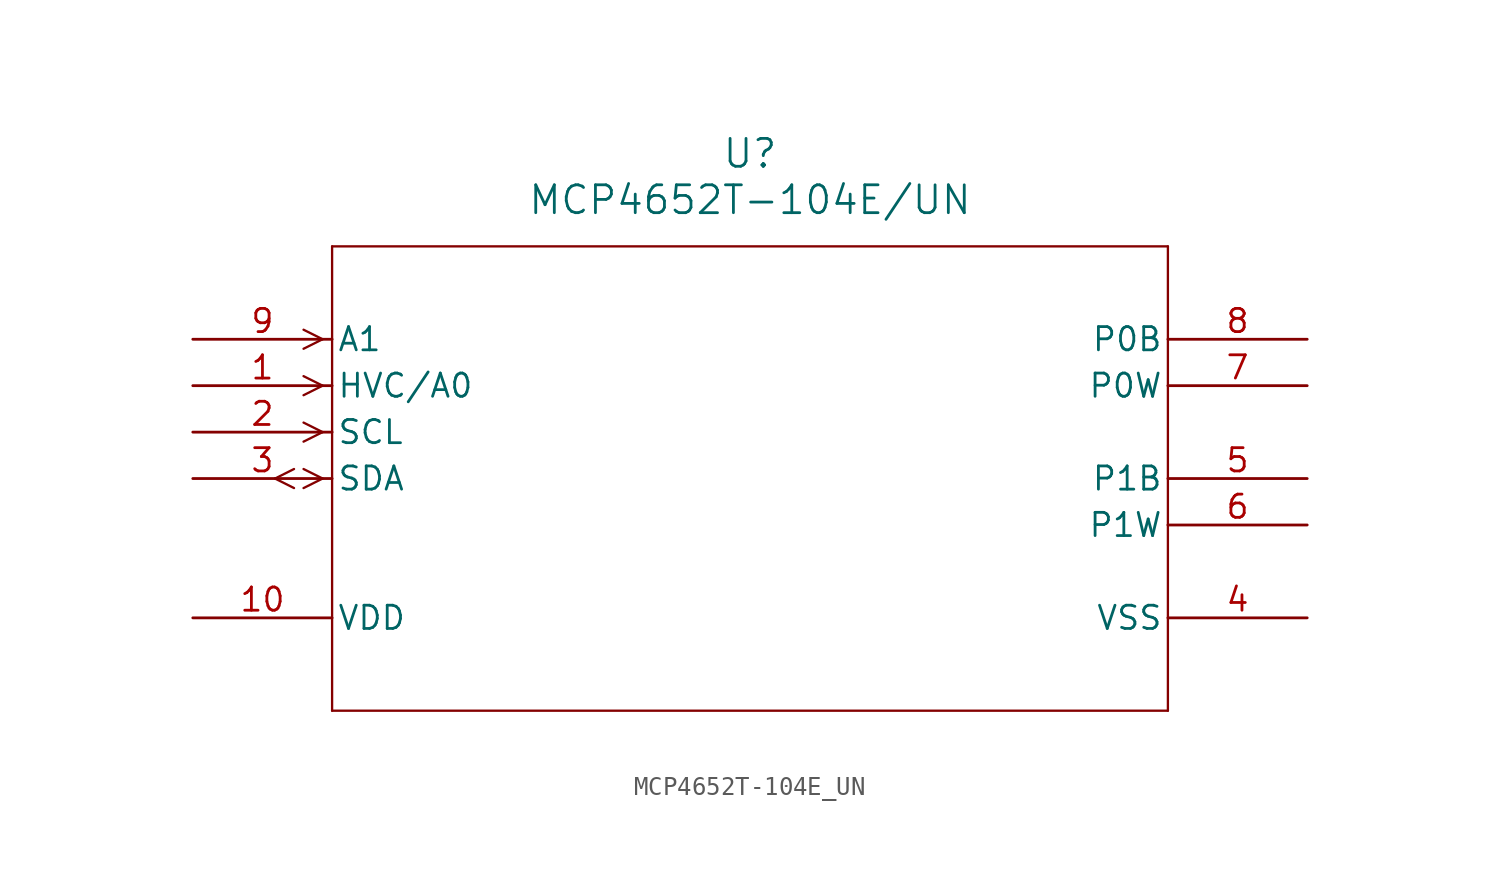
<source format=kicad_sym>
(kicad_symbol_lib
  (version 20211014)
  (generator kicad_symbol_editor)
  (symbol "MCP4652T-104E_UN"
    (pin_names
      (offset 0.254))
    (property "Reference" "U"
      (at 30.48 10.16 0)
      (effects (font (size 1.524 1.524))))
    (property "Value" "MCP4652T-104E/UN"
      (at 30.48 7.62 0)
      (effects (font (size 1.524 1.524))))
    (symbol "MCP4652T-104E_UN_0_1"
      (polyline (pts (xy 7.099 0) (xy 6.058 0.521)) (stroke (width 0.127) (type default) (color 0 0 0 0)) (fill (type none)))
      (polyline (pts (xy 7.099 0) (xy 6.058 -0.521)) (stroke (width 0.127) (type default) (color 0 0 0 0)) (fill (type none)))
      (polyline (pts (xy 7.099 -2.54) (xy 6.058 -2.019)) (stroke (width 0.127) (type default) (color 0 0 0 0)) (fill (type none)))
      (polyline (pts (xy 7.099 -2.54) (xy 6.058 -3.061)) (stroke (width 0.127) (type default) (color 0 0 0 0)) (fill (type none)))
      (polyline (pts (xy 7.099 -5.08) (xy 6.058 -4.559)) (stroke (width 0.127) (type default) (color 0 0 0 0)) (fill (type none)))
      (polyline (pts (xy 7.099 -5.08) (xy 6.058 -5.601)) (stroke (width 0.127) (type default) (color 0 0 0 0)) (fill (type none)))
      (polyline (pts (xy 7.099 -7.62) (xy 6.058 -7.099)) (stroke (width 0.127) (type default) (color 0 0 0 0)) (fill (type none)))
      (polyline (pts (xy 7.099 -7.62) (xy 6.058 -8.141)) (stroke (width 0.127) (type default) (color 0 0 0 0)) (fill (type none)))
      (polyline (pts (xy 5.537 -7.099) (xy 4.496 -7.62)) (stroke (width 0.127) (type default) (color 0 0 0 0)) (fill (type none)))
      (polyline (pts (xy 5.537 -8.141) (xy 4.496 -7.62)) (stroke (width 0.127) (type default) (color 0 0 0 0)) (fill (type none)))
      (polyline (pts (xy 7.62 5.08) (xy 7.62 -20.32)) (stroke (width 0.127) (type default) (color 0 0 0 0)) (fill (type none)))
      (polyline (pts (xy 7.62 -20.32) (xy 53.34 -20.32)) (stroke (width 0.127) (type default) (color 0 0 0 0)) (fill (type none)))
      (polyline (pts (xy 53.34 -20.32) (xy 53.34 5.08)) (stroke (width 0.127) (type default) (color 0 0 0 0)) (fill (type none)))
      (polyline (pts (xy 53.34 5.08) (xy 7.62 5.08)) (stroke (width 0.127) (type default) (color 0 0 0 0)) (fill (type none)))
      (pin input line (at 0 0 0) (length 7.62) (name "A1" (effects (font (size 1.27 1.27)))) (number "9" (effects (font (size 1.27 1.27)))))
      (pin input line (at 0 -2.54 0) (length 7.62) (name "HVC/A0" (effects (font (size 1.27 1.27)))) (number "1" (effects (font (size 1.27 1.27)))))
      (pin unspecified line (at 60.96 0 180) (length 7.62) (name "P0B" (effects (font (size 1.27 1.27)))) (number "8" (effects (font (size 1.27 1.27)))))
      (pin unspecified line (at 60.96 -2.54 180) (length 7.62) (name "P0W" (effects (font (size 1.27 1.27)))) (number "7" (effects (font (size 1.27 1.27)))))
      (pin unspecified line (at 60.96 -7.62 180) (length 7.62) (name "P1B" (effects (font (size 1.27 1.27)))) (number "5" (effects (font (size 1.27 1.27)))))
      (pin unspecified line (at 60.96 -10.16 180) (length 7.62) (name "P1W" (effects (font (size 1.27 1.27)))) (number "6" (effects (font (size 1.27 1.27)))))
      (pin input line (at 0 -5.08 0) (length 7.62) (name "SCL" (effects (font (size 1.27 1.27)))) (number "2" (effects (font (size 1.27 1.27)))))
      (pin bidirectional line (at 0 -7.62 0) (length 7.62) (name "SDA" (effects (font (size 1.27 1.27)))) (number "3" (effects (font (size 1.27 1.27)))))
      (pin power_in line (at 0 -15.24 0) (length 7.62) (name "VDD" (effects (font (size 1.27 1.27)))) (number "10" (effects (font (size 1.27 1.27)))))
      (pin power_in line (at 60.96 -15.24 180) (length 7.62) (name "VSS" (effects (font (size 1.27 1.27)))) (number "4" (effects (font (size 1.27 1.27))))))))
</source>
